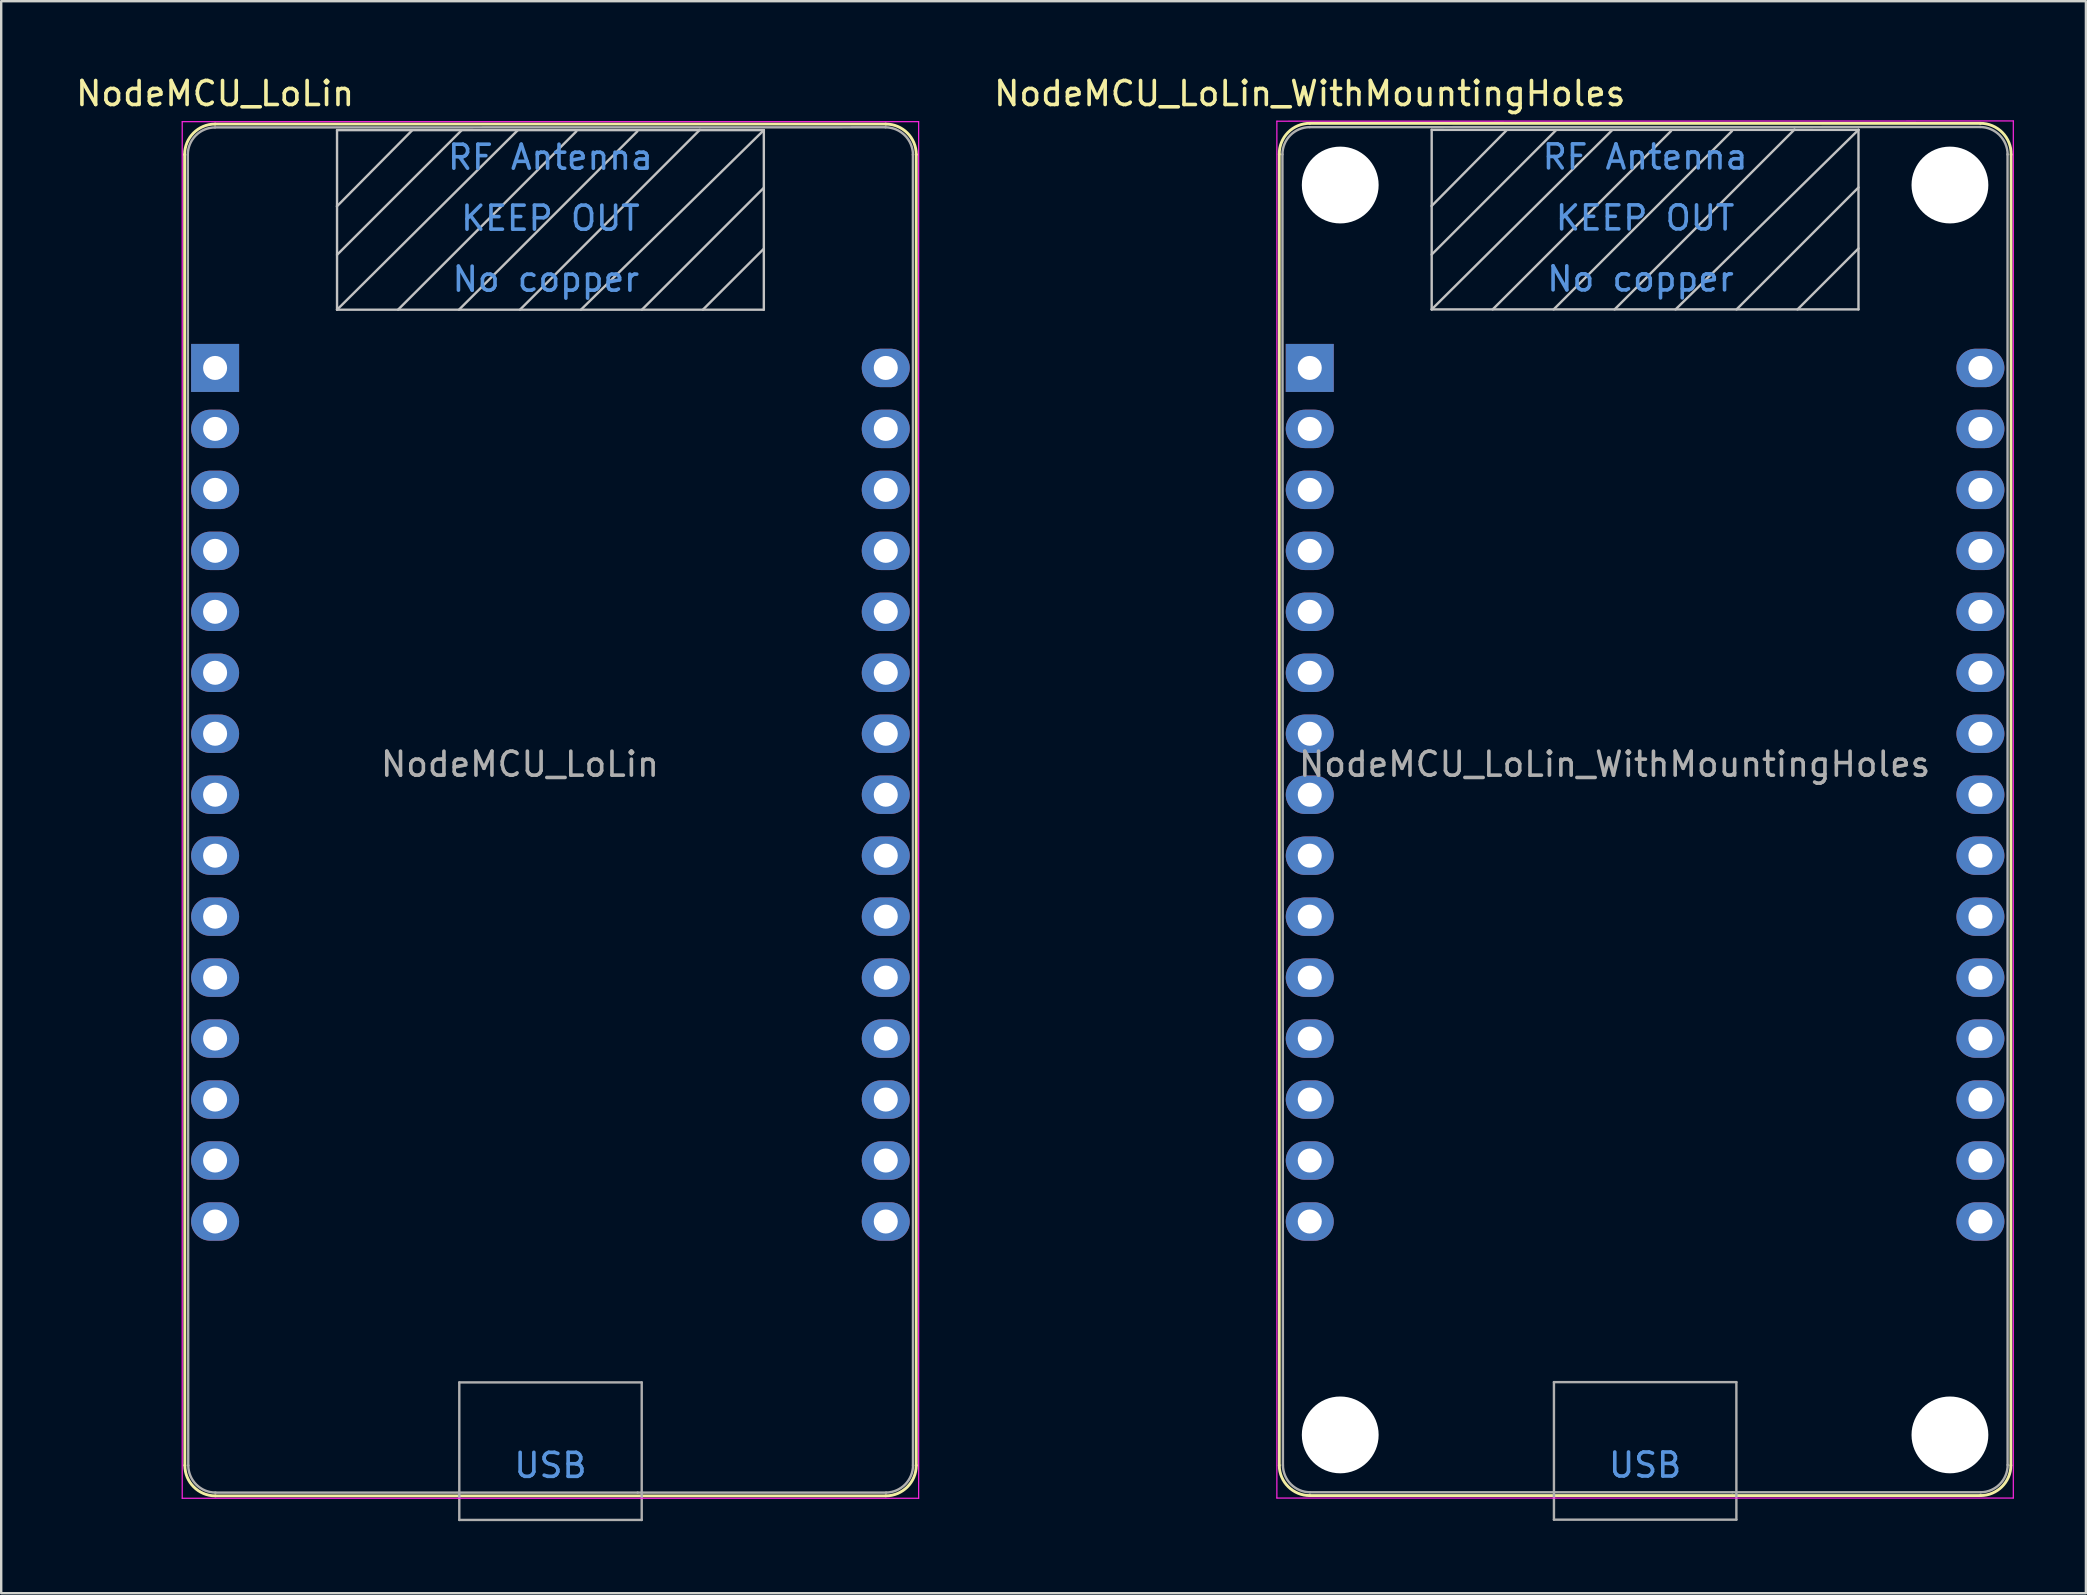
<source format=kicad_pcb>
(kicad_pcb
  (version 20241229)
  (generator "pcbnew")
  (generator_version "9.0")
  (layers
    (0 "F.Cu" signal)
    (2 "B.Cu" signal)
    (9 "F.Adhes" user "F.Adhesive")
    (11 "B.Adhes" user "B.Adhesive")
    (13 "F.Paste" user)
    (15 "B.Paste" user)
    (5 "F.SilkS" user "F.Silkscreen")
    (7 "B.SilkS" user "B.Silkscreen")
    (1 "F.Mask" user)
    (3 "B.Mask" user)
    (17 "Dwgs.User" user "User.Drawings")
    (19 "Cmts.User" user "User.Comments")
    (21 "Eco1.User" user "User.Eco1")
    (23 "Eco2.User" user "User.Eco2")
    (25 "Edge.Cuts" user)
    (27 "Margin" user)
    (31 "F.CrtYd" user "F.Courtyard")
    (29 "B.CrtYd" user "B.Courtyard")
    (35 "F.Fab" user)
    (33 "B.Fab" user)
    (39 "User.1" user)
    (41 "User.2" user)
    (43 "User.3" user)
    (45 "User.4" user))
  (footprint "NodeMCU_LoLin"
    (layer "F.Cu")
    (at 5.911 12.278)
    (property "Reference" "NodeMCU_LoLin" (at 0 -11.43 0) (layer "F.SilkS") (effects (font (size 1 1) (thickness 0.15))))
    (attr through_hole)
    (fp_line (start -1.27 -8.89) (end -1.26 45.72) (stroke (width 0.12) (type solid)) (layer "F.SilkS"))
    (fp_line (start 0.01 46.99) (end 27.94 46.99) (stroke (width 0.12) (type solid)) (layer "F.SilkS"))
    (fp_line (start 27.94 -10.16) (end 0 -10.16) (stroke (width 0.12) (type solid)) (layer "F.SilkS"))
    (fp_line (start 29.21 45.72) (end 29.21 -8.89) (stroke (width 0.12) (type solid)) (layer "F.SilkS"))
    (fp_arc (start -1.27 -8.89) (mid -0.898026 -9.788026) (end 0 -10.16) (stroke (width 0.12) (type solid)) (layer "F.SilkS"))
    (fp_arc (start 0.01 46.99) (mid -0.888026 46.618026) (end -1.26 45.72) (stroke (width 0.12) (type solid)) (layer "F.SilkS"))
    (fp_arc (start 27.94 -10.16) (mid 28.838026 -9.788026) (end 29.21 -8.89) (stroke (width 0.12) (type solid)) (layer "F.SilkS"))
    (fp_arc (start 29.21 45.72) (mid 28.838026 46.618026) (end 27.94 46.99) (stroke (width 0.12) (type solid)) (layer "F.SilkS"))
    (fp_line (start 5.075 -6.733) (end 8.204 -9.893) (stroke (width 0.1) (type solid)) (layer "Dwgs.User"))
    (fp_line (start 5.08 -9.906) (end 5.08 -2.426) (stroke (width 0.1) (type solid)) (layer "Dwgs.User"))
    (fp_line (start 5.08 -9.906) (end 22.86 -9.906) (stroke (width 0.1) (type solid)) (layer "Dwgs.User"))
    (fp_line (start 5.08 -4.712) (end 10.262 -9.893) (stroke (width 0.1) (type solid)) (layer "Dwgs.User"))
    (fp_line (start 5.08 -2.426) (end 12.598 -9.893) (stroke (width 0.1) (type solid)) (layer "Dwgs.User"))
    (fp_line (start 5.08 -2.426) (end 22.86 -2.426) (stroke (width 0.1) (type solid)) (layer "Dwgs.User"))
    (fp_line (start 7.62 -2.426) (end 15.05 -9.855) (stroke (width 0.1) (type solid)) (layer "Dwgs.User"))
    (fp_line (start 10.16 -2.426) (end 17.59 -9.855) (stroke (width 0.1) (type solid)) (layer "Dwgs.User"))
    (fp_line (start 12.7 -2.426) (end 20.193 -9.919) (stroke (width 0.1) (type solid)) (layer "Dwgs.User"))
    (fp_line (start 15.24 -2.426) (end 22.86 -9.906) (stroke (width 0.1) (type solid)) (layer "Dwgs.User"))
    (fp_line (start 17.78 -2.426) (end 22.86 -7.506) (stroke (width 0.1) (type solid)) (layer "Dwgs.User"))
    (fp_line (start 20.32 -2.426) (end 22.86 -4.966) (stroke (width 0.1) (type solid)) (layer "Dwgs.User"))
    (fp_line (start 22.86 -9.906) (end 22.86 -2.426) (stroke (width 0.1) (type solid)) (layer "Dwgs.User"))
    (fp_line (start -1.37 47.09) (end -1.37 -10.26) (stroke (width 0.05) (type solid)) (layer "F.CrtYd"))
    (fp_line (start 29.31 -10.26) (end -1.37 -10.26) (stroke (width 0.05) (type solid)) (layer "F.CrtYd"))
    (fp_line (start 29.31 47.09) (end -1.37 47.09) (stroke (width 0.05) (type solid)) (layer "F.CrtYd"))
    (fp_line (start 29.31 47.09) (end 29.31 -10.26) (stroke (width 0.05) (type solid)) (layer "F.CrtYd"))
    (fp_line (start -1.138 -8.882) (end -1.118 45.72) (stroke (width 0.1) (type solid)) (layer "F.Fab"))
    (fp_line (start 10.173 42.263) (end 17.773 42.263) (stroke (width 0.1) (type solid)) (layer "F.Fab"))
    (fp_line (start 10.173 47.993) (end 10.173 42.263) (stroke (width 0.1) (type solid)) (layer "F.Fab"))
    (fp_line (start 17.605 46.853) (end 0.003 46.853) (stroke (width 0.1) (type solid)) (layer "F.Fab"))
    (fp_line (start 17.773 42.263) (end 17.773 47.993) (stroke (width 0.1) (type solid)) (layer "F.Fab"))
    (fp_line (start 17.773 47.993) (end 10.173 47.993) (stroke (width 0.1) (type solid)) (layer "F.Fab"))
    (fp_line (start 27.93 -10.025) (end 0.00016 -10.02) (stroke (width 0.1) (type solid)) (layer "F.Fab"))
    (fp_line (start 27.953 46.853) (end 17.605 46.853) (stroke (width 0.1) (type solid)) (layer "F.Fab"))
    (fp_line (start 29.07 -8.89) (end 29.073 45.713) (stroke (width 0.1) (type solid)) (layer "F.Fab"))
    (fp_arc (start -1.13776 -8.88162) (mid -0.805952 -9.683893) (end -0.004909 -10.01866) (stroke (width 0.1) (type solid)) (layer "F.Fab"))
    (fp_arc (start 0.01944 46.85284) (mid -0.782829 46.521036) (end -1.1176 45.72) (stroke (width 0.1) (type solid)) (layer "F.Fab"))
    (fp_arc (start 27.93 -10.02462) (mid 28.73756 -9.685649) (end 29.073 -8.876616) (stroke (width 0.1) (type solid)) (layer "F.Fab"))
    (fp_arc (start 29.07579 45.713303) (mid 28.747598 46.513194) (end 27.9527 46.8533) (stroke (width 0.1) (type solid)) (layer "F.Fab"))
    (fp_text user "USB" (at 13.97 45.72 0) (layer "Cmts.User") (effects (font (size 1 1) (thickness 0.15))))
    (fp_text user "RF Antenna" (at 13.97 -8.776 0) (layer "Cmts.User") (effects (font (size 1 1) (thickness 0.15))))
    (fp_text user "No copper" (at 13.78 -3.696 0) (layer "Cmts.User") (effects (font (size 1 1) (thickness 0.15))))
    (fp_text user "KEEP OUT" (at 13.97 -6.236 0) (layer "Cmts.User") (effects (font (size 1 1) (thickness 0.15))))
    (fp_text user "${REFERENCE}" (at 12.7 16.51 0) (layer "F.Fab") (effects (font (size 1 1) (thickness 0.15))))
    (pad "1" thru_hole rect (at 0 0) (size 2 2) (drill 1) (layers "*.Cu" "*.Mask"))
    (pad "2" thru_hole oval (at 0 2.54) (size 2 1.6) (drill 1) (layers "*.Cu" "*.Mask"))
    (pad "3" thru_hole oval (at 0 5.08) (size 2 1.6) (drill 1) (layers "*.Cu" "*.Mask"))
    (pad "4" thru_hole oval (at 0 7.62) (size 2 1.6) (drill 1) (layers "*.Cu" "*.Mask"))
    (pad "5" thru_hole oval (at 0 10.16) (size 2 1.6) (drill 1) (layers "*.Cu" "*.Mask"))
    (pad "6" thru_hole oval (at 0 12.7) (size 2 1.6) (drill 1) (layers "*.Cu" "*.Mask"))
    (pad "7" thru_hole oval (at 0 15.24) (size 2 1.6) (drill 1) (layers "*.Cu" "*.Mask"))
    (pad "8" thru_hole oval (at 0 17.78) (size 2 1.6) (drill 1) (layers "*.Cu" "*.Mask"))
    (pad "9" thru_hole oval (at 0 20.32) (size 2 1.6) (drill 1) (layers "*.Cu" "*.Mask"))
    (pad "10" thru_hole oval (at 0 22.86) (size 2 1.6) (drill 1) (layers "*.Cu" "*.Mask"))
    (pad "11" thru_hole oval (at 0 25.4) (size 2 1.6) (drill 1) (layers "*.Cu" "*.Mask"))
    (pad "12" thru_hole oval (at 0 27.94) (size 2 1.6) (drill 1) (layers "*.Cu" "*.Mask"))
    (pad "13" thru_hole oval (at 0 30.48) (size 2 1.6) (drill 1) (layers "*.Cu" "*.Mask"))
    (pad "14" thru_hole oval (at 0 33.02) (size 2 1.6) (drill 1) (layers "*.Cu" "*.Mask"))
    (pad "15" thru_hole oval (at 0 35.56) (size 2 1.6) (drill 1) (layers "*.Cu" "*.Mask"))
    (pad "16" thru_hole oval (at 27.94 35.56) (size 2 1.6) (drill 1) (layers "*.Cu" "*.Mask"))
    (pad "17" thru_hole oval (at 27.94 33.02) (size 2 1.6) (drill 1) (layers "*.Cu" "*.Mask"))
    (pad "18" thru_hole oval (at 27.94 30.48) (size 2 1.6) (drill 1) (layers "*.Cu" "*.Mask"))
    (pad "19" thru_hole oval (at 27.94 27.94) (size 2 1.6) (drill 1) (layers "*.Cu" "*.Mask"))
    (pad "20" thru_hole oval (at 27.94 25.4) (size 2 1.6) (drill 1) (layers "*.Cu" "*.Mask"))
    (pad "21" thru_hole oval (at 27.94 22.86) (size 2 1.6) (drill 1) (layers "*.Cu" "*.Mask"))
    (pad "22" thru_hole oval (at 27.94 20.32) (size 2 1.6) (drill 1) (layers "*.Cu" "*.Mask"))
    (pad "23" thru_hole oval (at 27.94 17.78) (size 2 1.6) (drill 1) (layers "*.Cu" "*.Mask"))
    (pad "24" thru_hole oval (at 27.94 15.24) (size 2 1.6) (drill 1) (layers "*.Cu" "*.Mask"))
    (pad "25" thru_hole oval (at 27.94 12.7) (size 2 1.6) (drill 1) (layers "*.Cu" "*.Mask"))
    (pad "26" thru_hole oval (at 27.94 10.16) (size 2 1.6) (drill 1) (layers "*.Cu" "*.Mask"))
    (pad "27" thru_hole oval (at 27.94 7.62) (size 2 1.6) (drill 1) (layers "*.Cu" "*.Mask"))
    (pad "28" thru_hole oval (at 27.94 5.08) (size 2 1.6) (drill 1) (layers "*.Cu" "*.Mask"))
    (pad "29" thru_hole oval (at 27.94 2.54) (size 2 1.6) (drill 1) (layers "*.Cu" "*.Mask"))
    (pad "30" thru_hole oval (at 27.94 0) (size 2 1.6) (drill 1) (layers "*.Cu" "*.Mask")))
  (footprint "NodeMCU_LoLin_WithMountingHoles"
    (layer "F.Cu")
    (at 51.514 12.278)
    (property "Reference" "NodeMCU_LoLin_WithMountingHoles" (at 0 -11.43 0) (layer "F.SilkS") (effects (font (size 1 1) (thickness 0.15))))
    (attr through_hole)
    (fp_line (start -1.27 -8.903) (end -1.27 45.72) (stroke (width 0.12) (type solid)) (layer "F.SilkS"))
    (fp_line (start 0 46.977) (end 27.94 46.977) (stroke (width 0.12) (type solid)) (layer "F.SilkS"))
    (fp_line (start 27.94 -10.19) (end 0 -10.19) (stroke (width 0.12) (type solid)) (layer "F.SilkS"))
    (fp_line (start 29.21 45.72) (end 29.22 -8.89) (stroke (width 0.12) (type solid)) (layer "F.SilkS"))
    (fp_arc (start -1.26988 -8.902702) (mid -0.904175 -9.811989) (end 0 -10.190156) (stroke (width 0.12) (type solid)) (layer "F.SilkS"))
    (fp_arc (start 0 46.977363) (mid -0.893569 46.609849) (end -1.27 45.72) (stroke (width 0.12) (type solid)) (layer "F.SilkS"))
    (fp_arc (start 27.94 -10.190156) (mid 28.852251 -9.808108) (end 29.22 -8.89) (stroke (width 0.12) (type solid)) (layer "F.SilkS"))
    (fp_arc (start 29.21 45.72) (mid 28.833569 46.609849) (end 27.94 46.977363) (stroke (width 0.12) (type solid)) (layer "F.SilkS"))
    (fp_line (start 5.075 -6.745) (end 8.204 -9.906) (stroke (width 0.1) (type solid)) (layer "Dwgs.User"))
    (fp_line (start 5.08 -9.919) (end 5.08 -2.438) (stroke (width 0.1) (type solid)) (layer "Dwgs.User"))
    (fp_line (start 5.08 -9.919) (end 22.86 -9.919) (stroke (width 0.1) (type solid)) (layer "Dwgs.User"))
    (fp_line (start 5.08 -4.724) (end 10.262 -9.906) (stroke (width 0.1) (type solid)) (layer "Dwgs.User"))
    (fp_line (start 5.08 -2.438) (end 12.598 -9.906) (stroke (width 0.1) (type solid)) (layer "Dwgs.User"))
    (fp_line (start 5.08 -2.438) (end 22.86 -2.438) (stroke (width 0.1) (type solid)) (layer "Dwgs.User"))
    (fp_line (start 7.62 -2.438) (end 15.05 -9.868) (stroke (width 0.1) (type solid)) (layer "Dwgs.User"))
    (fp_line (start 10.16 -2.438) (end 17.59 -9.868) (stroke (width 0.1) (type solid)) (layer "Dwgs.User"))
    (fp_line (start 12.7 -2.438) (end 20.193 -9.931) (stroke (width 0.1) (type solid)) (layer "Dwgs.User"))
    (fp_line (start 15.24 -2.438) (end 22.86 -9.919) (stroke (width 0.1) (type solid)) (layer "Dwgs.User"))
    (fp_line (start 17.78 -2.438) (end 22.86 -7.518) (stroke (width 0.1) (type solid)) (layer "Dwgs.User"))
    (fp_line (start 20.32 -2.438) (end 22.86 -4.978) (stroke (width 0.1) (type solid)) (layer "Dwgs.User"))
    (fp_line (start 22.86 -9.919) (end 22.86 -2.438) (stroke (width 0.1) (type solid)) (layer "Dwgs.User"))
    (fp_line (start -1.37 47.08) (end -1.37 -10.28) (stroke (width 0.05) (type solid)) (layer "F.CrtYd"))
    (fp_line (start 29.31 -10.29) (end -1.37 -10.28) (stroke (width 0.05) (type solid)) (layer "F.CrtYd"))
    (fp_line (start 29.31 47.08) (end -1.37 47.08) (stroke (width 0.05) (type solid)) (layer "F.CrtYd"))
    (fp_line (start 29.31 47.08) (end 29.31 -10.29) (stroke (width 0.05) (type solid)) (layer "F.CrtYd"))
    (fp_line (start -1.138 -8.894) (end -1.118 45.707) (stroke (width 0.1) (type solid)) (layer "F.Fab"))
    (fp_line (start 10.173 42.251) (end 17.773 42.251) (stroke (width 0.1) (type solid)) (layer "F.Fab"))
    (fp_line (start 10.173 47.981) (end 10.173 42.251) (stroke (width 0.1) (type solid)) (layer "F.Fab"))
    (fp_line (start 17.605 46.841) (end 0.003 46.841) (stroke (width 0.1) (type solid)) (layer "F.Fab"))
    (fp_line (start 17.773 42.251) (end 17.773 47.981) (stroke (width 0.1) (type solid)) (layer "F.Fab"))
    (fp_line (start 17.773 47.981) (end 10.173 47.981) (stroke (width 0.1) (type solid)) (layer "F.Fab"))
    (fp_line (start 27.93 -10.037) (end 0.00016 -10.032) (stroke (width 0.1) (type solid)) (layer "F.Fab"))
    (fp_line (start 27.953 46.841) (end 17.605 46.841) (stroke (width 0.1) (type solid)) (layer "F.Fab"))
    (fp_line (start 29.07 -8.903) (end 29.073 45.701) (stroke (width 0.1) (type solid)) (layer "F.Fab"))
    (fp_arc (start -1.13776 -8.89432) (mid -0.805952 -9.696593) (end -0.004909 -10.03136) (stroke (width 0.1) (type solid)) (layer "F.Fab"))
    (fp_arc (start 0.01944 46.84014) (mid -0.782829 46.508336) (end -1.1176 45.7073) (stroke (width 0.1) (type solid)) (layer "F.Fab"))
    (fp_arc (start 27.93 -10.03732) (mid 28.73756 -9.698349) (end 29.073 -8.889316) (stroke (width 0.1) (type solid)) (layer "F.Fab"))
    (fp_arc (start 29.07579 45.700603) (mid 28.747598 46.500494) (end 27.9527 46.8406) (stroke (width 0.1) (type solid)) (layer "F.Fab"))
    (fp_text user "RF Antenna" (at 13.97 -8.788 0) (layer "Cmts.User") (effects (font (size 1 1) (thickness 0.15))))
    (fp_text user "KEEP OUT" (at 13.97 -6.248 0) (layer "Cmts.User") (effects (font (size 1 1) (thickness 0.15))))
    (fp_text user "USB" (at 13.97 45.707 0) (layer "Cmts.User") (effects (font (size 1 1) (thickness 0.15))))
    (fp_text user "No copper" (at 13.78 -3.708 0) (layer "Cmts.User") (effects (font (size 1 1) (thickness 0.15))))
    (fp_text user "${REFERENCE}" (at 12.7 16.51 0) (layer "F.Fab") (effects (font (size 1 1) (thickness 0.15))))
    (pad "" np_thru_hole circle (at 1.27 -7.62 90) (size 3.2 3.2) (drill 3.2) (layers "*.Cu" "*.Mask"))
    (pad "" np_thru_hole circle (at 1.27 44.45 90) (size 3.2 3.2) (drill 3.2) (layers "*.Cu" "*.Mask"))
    (pad "" np_thru_hole circle (at 26.67 -7.62 90) (size 3.2 3.2) (drill 3.2) (layers "*.Cu" "*.Mask"))
    (pad "" np_thru_hole circle (at 26.67 44.45 90) (size 3.2 3.2) (drill 3.2) (layers "*.Cu" "*.Mask"))
    (pad "1" thru_hole rect (at 0 0) (size 2 2) (drill 1) (layers "*.Cu" "*.Mask"))
    (pad "2" thru_hole oval (at 0 2.54) (size 2 1.6) (drill 1) (layers "*.Cu" "*.Mask"))
    (pad "3" thru_hole oval (at 0 5.08) (size 2 1.6) (drill 1) (layers "*.Cu" "*.Mask"))
    (pad "4" thru_hole oval (at 0 7.62) (size 2 1.6) (drill 1) (layers "*.Cu" "*.Mask"))
    (pad "5" thru_hole oval (at 0 10.16) (size 2 1.6) (drill 1) (layers "*.Cu" "*.Mask"))
    (pad "6" thru_hole oval (at 0 12.7) (size 2 1.6) (drill 1) (layers "*.Cu" "*.Mask"))
    (pad "7" thru_hole oval (at 0 15.24) (size 2 1.6) (drill 1) (layers "*.Cu" "*.Mask"))
    (pad "8" thru_hole oval (at 0 17.78) (size 2 1.6) (drill 1) (layers "*.Cu" "*.Mask"))
    (pad "9" thru_hole oval (at 0 20.32) (size 2 1.6) (drill 1) (layers "*.Cu" "*.Mask"))
    (pad "10" thru_hole oval (at 0 22.86) (size 2 1.6) (drill 1) (layers "*.Cu" "*.Mask"))
    (pad "11" thru_hole oval (at 0 25.4) (size 2 1.6) (drill 1) (layers "*.Cu" "*.Mask"))
    (pad "12" thru_hole oval (at 0 27.94) (size 2 1.6) (drill 1) (layers "*.Cu" "*.Mask"))
    (pad "13" thru_hole oval (at 0 30.48) (size 2 1.6) (drill 1) (layers "*.Cu" "*.Mask"))
    (pad "14" thru_hole oval (at 0 33.02) (size 2 1.6) (drill 1) (layers "*.Cu" "*.Mask"))
    (pad "15" thru_hole oval (at 0 35.56) (size 2 1.6) (drill 1) (layers "*.Cu" "*.Mask"))
    (pad "16" thru_hole oval (at 27.94 35.56) (size 2 1.6) (drill 1) (layers "*.Cu" "*.Mask"))
    (pad "17" thru_hole oval (at 27.94 33.02) (size 2 1.6) (drill 1) (layers "*.Cu" "*.Mask"))
    (pad "18" thru_hole oval (at 27.94 30.48) (size 2 1.6) (drill 1) (layers "*.Cu" "*.Mask"))
    (pad "19" thru_hole oval (at 27.94 27.94) (size 2 1.6) (drill 1) (layers "*.Cu" "*.Mask"))
    (pad "20" thru_hole oval (at 27.94 25.4) (size 2 1.6) (drill 1) (layers "*.Cu" "*.Mask"))
    (pad "21" thru_hole oval (at 27.94 22.86) (size 2 1.6) (drill 1) (layers "*.Cu" "*.Mask"))
    (pad "22" thru_hole oval (at 27.94 20.32) (size 2 1.6) (drill 1) (layers "*.Cu" "*.Mask"))
    (pad "23" thru_hole oval (at 27.94 17.78) (size 2 1.6) (drill 1) (layers "*.Cu" "*.Mask"))
    (pad "24" thru_hole oval (at 27.94 15.24) (size 2 1.6) (drill 1) (layers "*.Cu" "*.Mask"))
    (pad "25" thru_hole oval (at 27.94 12.7) (size 2 1.6) (drill 1) (layers "*.Cu" "*.Mask"))
    (pad "26" thru_hole oval (at 27.94 10.16) (size 2 1.6) (drill 1) (layers "*.Cu" "*.Mask"))
    (pad "27" thru_hole oval (at 27.94 7.62) (size 2 1.6) (drill 1) (layers "*.Cu" "*.Mask"))
    (pad "28" thru_hole oval (at 27.94 5.08) (size 2 1.6) (drill 1) (layers "*.Cu" "*.Mask"))
    (pad "29" thru_hole oval (at 27.94 2.54) (size 2 1.6) (drill 1) (layers "*.Cu" "*.Mask"))
    (pad "30" thru_hole oval (at 27.94 0) (size 2 1.6) (drill 1) (layers "*.Cu" "*.Mask")))
  (gr_rect
    (start -3 -3)
    (end 83.849 63.322)
    (stroke (width 0.1) (type default))
    (fill no)
    (layer "Edge.Cuts")))
</source>
